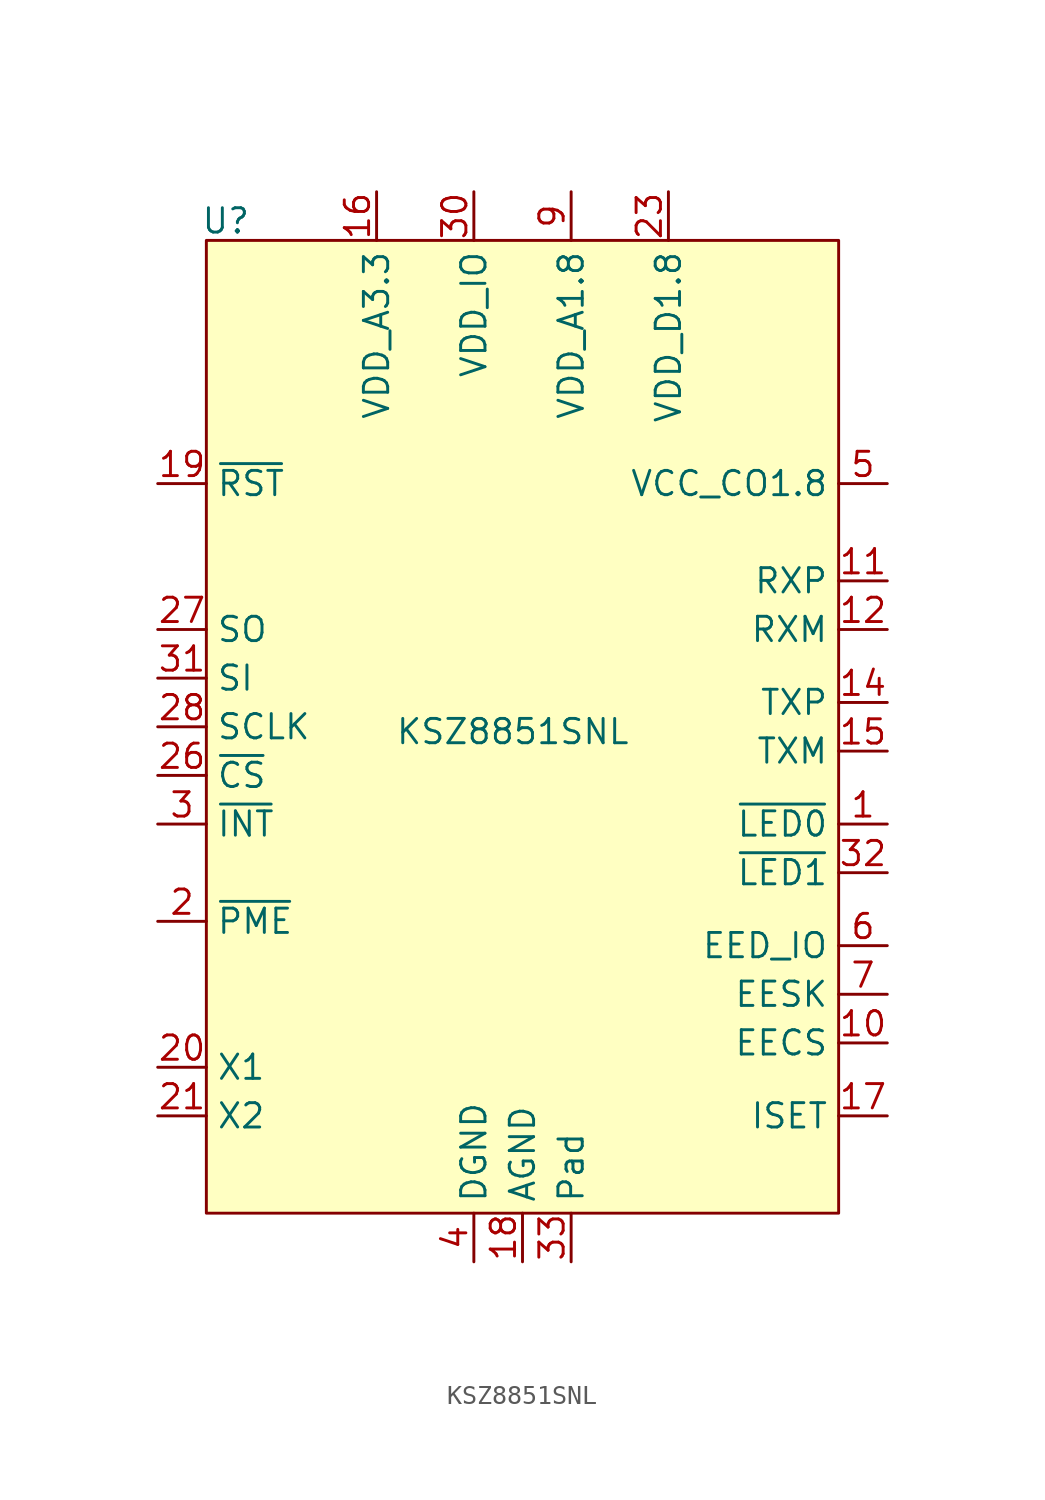
<source format=kicad_sym>
(kicad_symbol_lib
  (version 20231120)
  (generator "kicad_symbol_editor")
  (generator_version "8.0")
  (symbol "KSZ8851SNL"
    (property "Reference" "U"
      (at -15.494 26.416 0)
      (do_not_autoplace)
      (effects (font (size 1.27 1.27))))
    (property "Value" "KSZ8851SNL"
      (at -0.508 -0.254 0)
      (do_not_autoplace)
      (effects (font (size 1.27 1.27))))
    (symbol "KSZ8851SNL_0_0"
      (pin output line (at 19.05 -5.08 180) (length 2.54) (name "~{LED0}" (effects (font (size 1.27 1.27)))) (number "1" (effects (font (size 1.27 1.27)))))
      (pin output line (at 19.05 -16.51 180) (length 2.54) (name "EECS" (effects (font (size 1.27 1.27)))) (number "10" (effects (font (size 1.27 1.27)))))
      (pin bidirectional line (at 19.05 7.62 180) (length 2.54) (name "RXP" (effects (font (size 1.27 1.27)))) (number "11" (effects (font (size 1.27 1.27)))))
      (pin bidirectional line (at 19.05 5.08 180) (length 2.54) (name "RXM" (effects (font (size 1.27 1.27)))) (number "12" (effects (font (size 1.27 1.27)))))
      (pin bidirectional line (at 19.05 1.27 180) (length 2.54) (name "TXP" (effects (font (size 1.27 1.27)))) (number "14" (effects (font (size 1.27 1.27)))))
      (pin bidirectional line (at 19.05 -1.27 180) (length 2.54) (name "TXM" (effects (font (size 1.27 1.27)))) (number "15" (effects (font (size 1.27 1.27)))))
      (pin power_in line (at -7.62 27.94 270) (length 2.54) (name "VDD_A3.3" (effects (font (size 1.27 1.27)))) (number "16" (effects (font (size 1.27 1.27)))))
      (pin input line (at 19.05 -20.32 180) (length 2.54) (name "ISET" (effects (font (size 1.27 1.27)))) (number "17" (effects (font (size 1.27 1.27)))))
      (pin power_in line (at 0 -27.94 90) (length 2.54) (name "AGND" (effects (font (size 1.27 1.27)))) (number "18" (effects (font (size 1.27 1.27)))))
      (pin power_in line (at -19.05 12.7 0) (length 2.54) (name "~{RST}" (effects (font (size 1.27 1.27)))) (number "19" (effects (font (size 1.27 1.27)))))
      (pin output line (at -19.05 -10.16 0) (length 2.54) (name "~{PME}" (effects (font (size 1.27 1.27)))) (number "2" (effects (font (size 1.27 1.27)))))
      (pin input line (at -19.05 -17.78 0) (length 2.54) (name "X1" (effects (font (size 1.27 1.27)))) (number "20" (effects (font (size 1.27 1.27)))))
      (pin output line (at -19.05 -20.32 0) (length 2.54) (name "X2" (effects (font (size 1.27 1.27)))) (number "21" (effects (font (size 1.27 1.27)))))
      (pin power_in line (at 7.62 27.94 270) (length 2.54) (name "VDD_D1.8" (effects (font (size 1.27 1.27)))) (number "23" (effects (font (size 1.27 1.27)))))
      (pin input line (at -19.05 -2.54 0) (length 2.54) (name "~{CS}" (effects (font (size 1.27 1.27)))) (number "26" (effects (font (size 1.27 1.27)))))
      (pin output line (at -19.05 5.08 0) (length 2.54) (name "SO" (effects (font (size 1.27 1.27)))) (number "27" (effects (font (size 1.27 1.27)))))
      (pin input line (at -19.05 0 0) (length 2.54) (name "SCLK" (effects (font (size 1.27 1.27)))) (number "28" (effects (font (size 1.27 1.27)))))
      (pin power_in line (at -2.54 27.94 270) (length 2.54) (name "VDD_IO" (effects (font (size 1.27 1.27)))) (number "30" (effects (font (size 1.27 1.27)))))
      (pin input line (at -19.05 2.54 0) (length 2.54) (name "SI" (effects (font (size 1.27 1.27)))) (number "31" (effects (font (size 1.27 1.27)))))
      (pin output line (at 19.05 -7.62 180) (length 2.54) (name "~{LED1}" (effects (font (size 1.27 1.27)))) (number "32" (effects (font (size 1.27 1.27)))))
      (pin power_in line (at 2.54 -27.94 90) (length 2.54) (name "Pad" (effects (font (size 1.27 1.27)))) (number "33" (effects (font (size 1.27 1.27)))))
      (pin power_in line (at -2.54 -27.94 90) (length 2.54) (name "DGND" (effects (font (size 1.27 1.27)))) (number "4" (effects (font (size 1.27 1.27)))))
      (pin power_out line (at 19.05 12.7 180) (length 2.54) (name "VCC_CO1.8" (effects (font (size 1.27 1.27)))) (number "5" (effects (font (size 1.27 1.27)))))
      (pin bidirectional line (at 19.05 -11.43 180) (length 2.54) (name "EED_IO" (effects (font (size 1.27 1.27)))) (number "6" (effects (font (size 1.27 1.27)))))
      (pin output line (at 19.05 -13.97 180) (length 2.54) (name "EESK" (effects (font (size 1.27 1.27)))) (number "7" (effects (font (size 1.27 1.27)))))
      (pin power_in line (at 2.54 27.94 270) (length 2.54) (name "VDD_A1.8" (effects (font (size 1.27 1.27)))) (number "9" (effects (font (size 1.27 1.27))))))
    (symbol "KSZ8851SNL_1_0"
      (pin power_in line (at 0 -27.94 90) (length 2.54) hide (name "AGND" (effects (font (size 1.27 1.27)))) (number "13" (effects (font (size 1.27 1.27)))))
      (pin power_in line (at -2.54 -27.94 90) (length 2.54) hide (name "DGND" (effects (font (size 1.27 1.27)))) (number "22" (effects (font (size 1.27 1.27)))))
      (pin power_in line (at -2.54 -27.94 90) (length 2.54) hide (name "DGND" (effects (font (size 1.27 1.27)))) (number "24" (effects (font (size 1.27 1.27)))))
      (pin power_in line (at -2.54 27.94 270) (length 2.54) hide (name "VDD_IO" (effects (font (size 1.27 1.27)))) (number "25" (effects (font (size 1.27 1.27)))))
      (pin power_in line (at -2.54 -27.94 90) (length 2.54) hide (name "DGND" (effects (font (size 1.27 1.27)))) (number "29" (effects (font (size 1.27 1.27)))))
      (pin output line (at -19.05 -5.08 0) (length 2.54) (name "~{INT}" (effects (font (size 1.27 1.27)))) (number "3" (effects (font (size 1.27 1.27)))))
      (pin power_in line (at 0 -27.94 90) (length 2.54) hide (name "AGND" (effects (font (size 1.27 1.27)))) (number "8" (effects (font (size 1.27 1.27))))))
    (symbol "KSZ8851SNL_1_1"
      (rectangle (start -16.51 25.4) (end 16.51 -25.4) (stroke (width 0) (type default)) (fill (type background))))))
</source>
